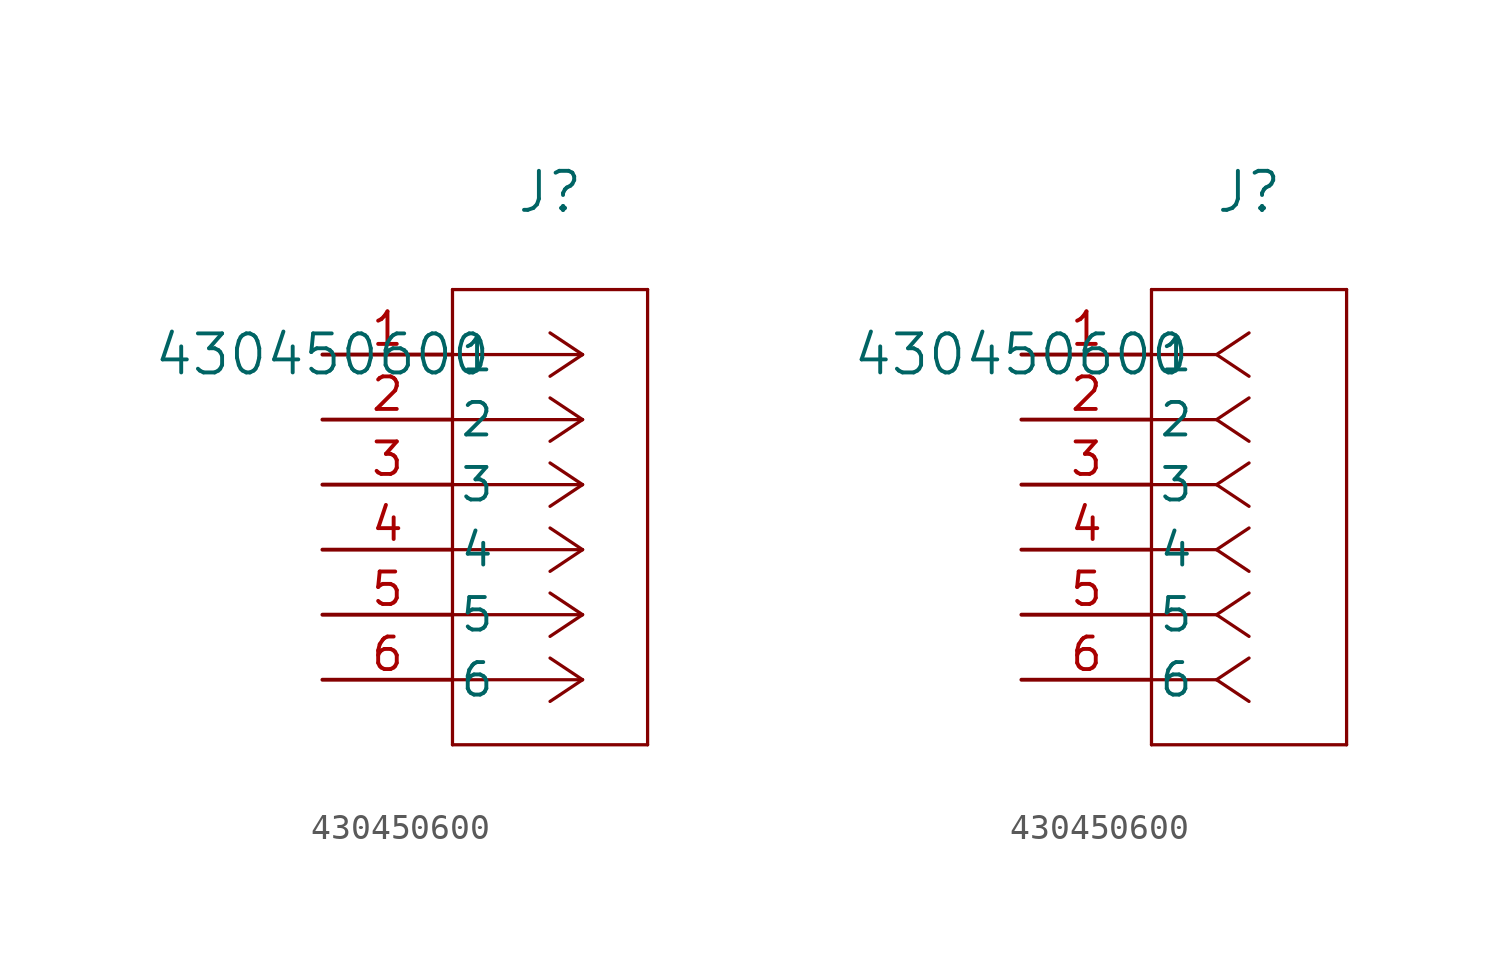
<source format=kicad_sym>
(kicad_symbol_lib
  (version 20241209)
  (generator "kicad_symbol_editor")
  (generator_version "9.0")
  (symbol "430450600"
    (pin_names
      (offset 0.254))
    (property "Reference" "J"
      (at 8.89 6.35 0)
      (effects (font (size 1.524 1.524))))
    (property "Value" "430450600"
      (at 0 0 0)
      (effects (font (size 1.524 1.524))))
    (symbol "430450600_1_1"
      (polyline (pts (xy 5.08 2.54) (xy 5.08 -15.24)) (stroke (width 0.127) (type default)) (fill (type none)))
      (polyline (pts (xy 5.08 -15.24) (xy 12.7 -15.24)) (stroke (width 0.127) (type default)) (fill (type none)))
      (polyline (pts (xy 10.16 0) (xy 5.08 0)) (stroke (width 0.127) (type default)) (fill (type none)))
      (polyline (pts (xy 10.16 0) (xy 8.89 0.847)) (stroke (width 0.127) (type default)) (fill (type none)))
      (polyline (pts (xy 10.16 0) (xy 8.89 -0.847)) (stroke (width 0.127) (type default)) (fill (type none)))
      (polyline (pts (xy 10.16 -2.54) (xy 5.08 -2.54)) (stroke (width 0.127) (type default)) (fill (type none)))
      (polyline (pts (xy 10.16 -2.54) (xy 8.89 -1.693)) (stroke (width 0.127) (type default)) (fill (type none)))
      (polyline (pts (xy 10.16 -2.54) (xy 8.89 -3.387)) (stroke (width 0.127) (type default)) (fill (type none)))
      (polyline (pts (xy 10.16 -5.08) (xy 5.08 -5.08)) (stroke (width 0.127) (type default)) (fill (type none)))
      (polyline (pts (xy 10.16 -5.08) (xy 8.89 -4.233)) (stroke (width 0.127) (type default)) (fill (type none)))
      (polyline (pts (xy 10.16 -5.08) (xy 8.89 -5.927)) (stroke (width 0.127) (type default)) (fill (type none)))
      (polyline (pts (xy 10.16 -7.62) (xy 5.08 -7.62)) (stroke (width 0.127) (type default)) (fill (type none)))
      (polyline (pts (xy 10.16 -7.62) (xy 8.89 -6.773)) (stroke (width 0.127) (type default)) (fill (type none)))
      (polyline (pts (xy 10.16 -7.62) (xy 8.89 -8.467)) (stroke (width 0.127) (type default)) (fill (type none)))
      (polyline (pts (xy 10.16 -10.16) (xy 5.08 -10.16)) (stroke (width 0.127) (type default)) (fill (type none)))
      (polyline (pts (xy 10.16 -10.16) (xy 8.89 -9.313)) (stroke (width 0.127) (type default)) (fill (type none)))
      (polyline (pts (xy 10.16 -10.16) (xy 8.89 -11.007)) (stroke (width 0.127) (type default)) (fill (type none)))
      (polyline (pts (xy 10.16 -12.7) (xy 5.08 -12.7)) (stroke (width 0.127) (type default)) (fill (type none)))
      (polyline (pts (xy 10.16 -12.7) (xy 8.89 -11.853)) (stroke (width 0.127) (type default)) (fill (type none)))
      (polyline (pts (xy 10.16 -12.7) (xy 8.89 -13.547)) (stroke (width 0.127) (type default)) (fill (type none)))
      (polyline (pts (xy 12.7 2.54) (xy 5.08 2.54)) (stroke (width 0.127) (type default)) (fill (type none)))
      (polyline (pts (xy 12.7 -15.24) (xy 12.7 2.54)) (stroke (width 0.127) (type default)) (fill (type none)))
      (pin unspecified line (at 0 0 0) (length 5.08) (name "1" (effects (font (size 1.27 1.27)))) (number "1" (effects (font (size 1.27 1.27)))))
      (pin unspecified line (at 0 -2.54 0) (length 5.08) (name "2" (effects (font (size 1.27 1.27)))) (number "2" (effects (font (size 1.27 1.27)))))
      (pin unspecified line (at 0 -5.08 0) (length 5.08) (name "3" (effects (font (size 1.27 1.27)))) (number "3" (effects (font (size 1.27 1.27)))))
      (pin unspecified line (at 0 -7.62 0) (length 5.08) (name "4" (effects (font (size 1.27 1.27)))) (number "4" (effects (font (size 1.27 1.27)))))
      (pin unspecified line (at 0 -10.16 0) (length 5.08) (name "5" (effects (font (size 1.27 1.27)))) (number "5" (effects (font (size 1.27 1.27)))))
      (pin unspecified line (at 0 -12.7 0) (length 5.08) (name "6" (effects (font (size 1.27 1.27)))) (number "6" (effects (font (size 1.27 1.27))))))
    (symbol "430450600_1_2"
      (polyline (pts (xy 5.08 2.54) (xy 5.08 -15.24)) (stroke (width 0.127) (type default)) (fill (type none)))
      (polyline (pts (xy 5.08 -15.24) (xy 12.7 -15.24)) (stroke (width 0.127) (type default)) (fill (type none)))
      (polyline (pts (xy 7.62 0) (xy 5.08 0)) (stroke (width 0.127) (type default)) (fill (type none)))
      (polyline (pts (xy 7.62 0) (xy 8.89 0.847)) (stroke (width 0.127) (type default)) (fill (type none)))
      (polyline (pts (xy 7.62 0) (xy 8.89 -0.847)) (stroke (width 0.127) (type default)) (fill (type none)))
      (polyline (pts (xy 7.62 -2.54) (xy 5.08 -2.54)) (stroke (width 0.127) (type default)) (fill (type none)))
      (polyline (pts (xy 7.62 -2.54) (xy 8.89 -1.693)) (stroke (width 0.127) (type default)) (fill (type none)))
      (polyline (pts (xy 7.62 -2.54) (xy 8.89 -3.387)) (stroke (width 0.127) (type default)) (fill (type none)))
      (polyline (pts (xy 7.62 -5.08) (xy 5.08 -5.08)) (stroke (width 0.127) (type default)) (fill (type none)))
      (polyline (pts (xy 7.62 -5.08) (xy 8.89 -4.233)) (stroke (width 0.127) (type default)) (fill (type none)))
      (polyline (pts (xy 7.62 -5.08) (xy 8.89 -5.927)) (stroke (width 0.127) (type default)) (fill (type none)))
      (polyline (pts (xy 7.62 -7.62) (xy 5.08 -7.62)) (stroke (width 0.127) (type default)) (fill (type none)))
      (polyline (pts (xy 7.62 -7.62) (xy 8.89 -6.773)) (stroke (width 0.127) (type default)) (fill (type none)))
      (polyline (pts (xy 7.62 -7.62) (xy 8.89 -8.467)) (stroke (width 0.127) (type default)) (fill (type none)))
      (polyline (pts (xy 7.62 -10.16) (xy 5.08 -10.16)) (stroke (width 0.127) (type default)) (fill (type none)))
      (polyline (pts (xy 7.62 -10.16) (xy 8.89 -9.313)) (stroke (width 0.127) (type default)) (fill (type none)))
      (polyline (pts (xy 7.62 -10.16) (xy 8.89 -11.007)) (stroke (width 0.127) (type default)) (fill (type none)))
      (polyline (pts (xy 7.62 -12.7) (xy 5.08 -12.7)) (stroke (width 0.127) (type default)) (fill (type none)))
      (polyline (pts (xy 7.62 -12.7) (xy 8.89 -11.853)) (stroke (width 0.127) (type default)) (fill (type none)))
      (polyline (pts (xy 7.62 -12.7) (xy 8.89 -13.547)) (stroke (width 0.127) (type default)) (fill (type none)))
      (polyline (pts (xy 12.7 2.54) (xy 5.08 2.54)) (stroke (width 0.127) (type default)) (fill (type none)))
      (polyline (pts (xy 12.7 -15.24) (xy 12.7 2.54)) (stroke (width 0.127) (type default)) (fill (type none)))
      (pin unspecified line (at 0 0 0) (length 5.08) (name "1" (effects (font (size 1.27 1.27)))) (number "1" (effects (font (size 1.27 1.27)))))
      (pin unspecified line (at 0 -2.54 0) (length 5.08) (name "2" (effects (font (size 1.27 1.27)))) (number "2" (effects (font (size 1.27 1.27)))))
      (pin unspecified line (at 0 -5.08 0) (length 5.08) (name "3" (effects (font (size 1.27 1.27)))) (number "3" (effects (font (size 1.27 1.27)))))
      (pin unspecified line (at 0 -7.62 0) (length 5.08) (name "4" (effects (font (size 1.27 1.27)))) (number "4" (effects (font (size 1.27 1.27)))))
      (pin unspecified line (at 0 -10.16 0) (length 5.08) (name "5" (effects (font (size 1.27 1.27)))) (number "5" (effects (font (size 1.27 1.27)))))
      (pin unspecified line (at 0 -12.7 0) (length 5.08) (name "6" (effects (font (size 1.27 1.27)))) (number "6" (effects (font (size 1.27 1.27))))))))
</source>
